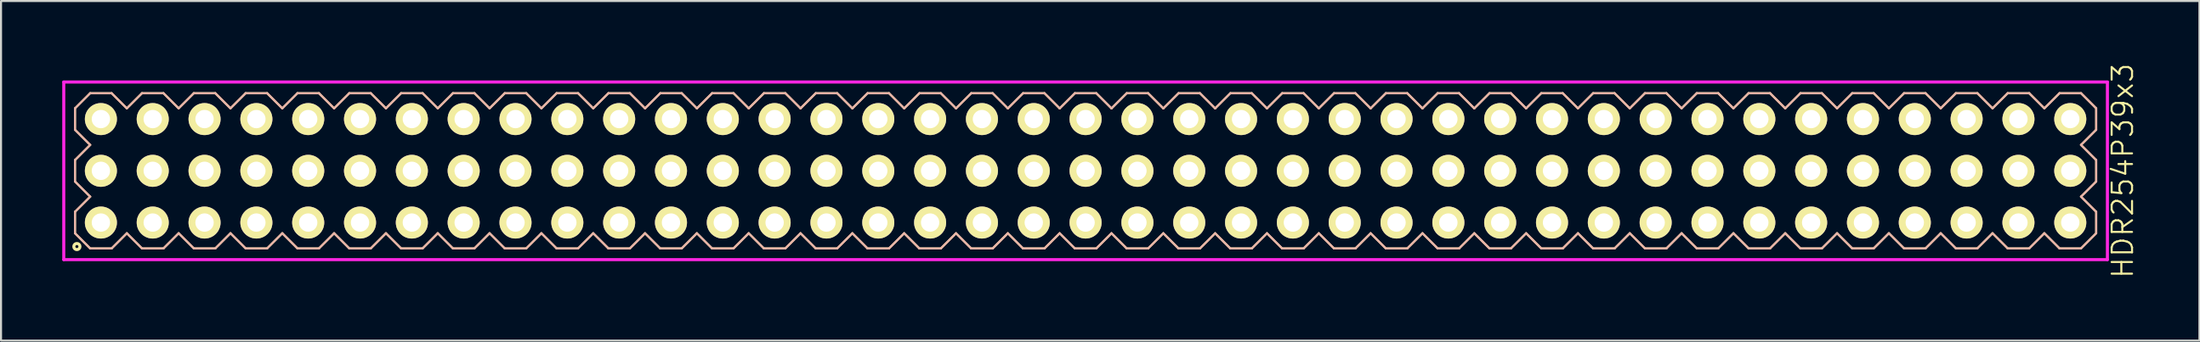
<source format=kicad_pcb>
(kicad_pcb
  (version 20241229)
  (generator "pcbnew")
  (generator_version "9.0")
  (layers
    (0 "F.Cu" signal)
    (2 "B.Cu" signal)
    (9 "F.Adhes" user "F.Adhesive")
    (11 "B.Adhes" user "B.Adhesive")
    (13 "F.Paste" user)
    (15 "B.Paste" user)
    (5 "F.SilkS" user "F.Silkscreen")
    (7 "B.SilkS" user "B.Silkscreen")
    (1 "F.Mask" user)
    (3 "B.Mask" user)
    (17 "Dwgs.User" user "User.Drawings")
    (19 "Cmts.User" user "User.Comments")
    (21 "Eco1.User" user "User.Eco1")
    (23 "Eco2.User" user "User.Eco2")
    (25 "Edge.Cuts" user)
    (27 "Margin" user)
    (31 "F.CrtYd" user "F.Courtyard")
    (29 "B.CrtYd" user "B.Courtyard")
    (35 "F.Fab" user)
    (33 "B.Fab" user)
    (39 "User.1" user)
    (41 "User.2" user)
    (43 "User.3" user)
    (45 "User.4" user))
  (footprint "HDR254P39x3"
    (layer "F.Cu")
    (at 50.155 5.336)
    (property "Reference" "HDR254P39x3" (at 50.83 0 90) (layer "F.SilkS") (effects (font (size 1 1) (thickness 0.1))))
    (attr through_hole)
    (fp_line (start -49.53 -3.066) (end -48.786 -3.81) (stroke (width 0.1) (type solid)) (layer "F.SilkS"))
    (fp_line (start -49.53 -2.014) (end -49.53 -3.066) (stroke (width 0.1) (type solid)) (layer "F.SilkS"))
    (fp_line (start -49.53 -0.526) (end -48.786 -1.27) (stroke (width 0.1) (type solid)) (layer "F.SilkS"))
    (fp_line (start -49.53 0.526) (end -49.53 -0.526) (stroke (width 0.1) (type solid)) (layer "F.SilkS"))
    (fp_line (start -49.53 2.014) (end -48.786 1.27) (stroke (width 0.1) (type solid)) (layer "F.SilkS"))
    (fp_line (start -49.53 3.066) (end -49.53 2.014) (stroke (width 0.1) (type solid)) (layer "F.SilkS"))
    (fp_line (start -48.786 -3.81) (end -47.734 -3.81) (stroke (width 0.1) (type solid)) (layer "F.SilkS"))
    (fp_line (start -48.786 -1.27) (end -49.53 -2.014) (stroke (width 0.1) (type solid)) (layer "F.SilkS"))
    (fp_line (start -48.786 1.27) (end -49.53 0.526) (stroke (width 0.1) (type solid)) (layer "F.SilkS"))
    (fp_line (start -48.786 3.81) (end -49.53 3.066) (stroke (width 0.1) (type solid)) (layer "F.SilkS"))
    (fp_line (start -47.734 -3.81) (end -46.99 -3.066) (stroke (width 0.1) (type solid)) (layer "F.SilkS"))
    (fp_line (start -47.734 3.81) (end -48.786 3.81) (stroke (width 0.1) (type solid)) (layer "F.SilkS"))
    (fp_line (start -46.99 -3.066) (end -46.246 -3.81) (stroke (width 0.1) (type solid)) (layer "F.SilkS"))
    (fp_line (start -46.99 3.066) (end -47.734 3.81) (stroke (width 0.1) (type solid)) (layer "F.SilkS"))
    (fp_line (start -46.246 -3.81) (end -45.194 -3.81) (stroke (width 0.1) (type solid)) (layer "F.SilkS"))
    (fp_line (start -46.246 3.81) (end -46.99 3.066) (stroke (width 0.1) (type solid)) (layer "F.SilkS"))
    (fp_line (start -45.194 -3.81) (end -44.45 -3.066) (stroke (width 0.1) (type solid)) (layer "F.SilkS"))
    (fp_line (start -45.194 3.81) (end -46.246 3.81) (stroke (width 0.1) (type solid)) (layer "F.SilkS"))
    (fp_line (start -44.45 -3.066) (end -43.706 -3.81) (stroke (width 0.1) (type solid)) (layer "F.SilkS"))
    (fp_line (start -44.45 3.066) (end -45.194 3.81) (stroke (width 0.1) (type solid)) (layer "F.SilkS"))
    (fp_line (start -43.706 -3.81) (end -42.654 -3.81) (stroke (width 0.1) (type solid)) (layer "F.SilkS"))
    (fp_line (start -43.706 3.81) (end -44.45 3.066) (stroke (width 0.1) (type solid)) (layer "F.SilkS"))
    (fp_line (start -42.654 -3.81) (end -41.91 -3.066) (stroke (width 0.1) (type solid)) (layer "F.SilkS"))
    (fp_line (start -42.654 3.81) (end -43.706 3.81) (stroke (width 0.1) (type solid)) (layer "F.SilkS"))
    (fp_line (start -41.91 -3.066) (end -41.166 -3.81) (stroke (width 0.1) (type solid)) (layer "F.SilkS"))
    (fp_line (start -41.91 3.066) (end -42.654 3.81) (stroke (width 0.1) (type solid)) (layer "F.SilkS"))
    (fp_line (start -41.166 -3.81) (end -40.114 -3.81) (stroke (width 0.1) (type solid)) (layer "F.SilkS"))
    (fp_line (start -41.166 3.81) (end -41.91 3.066) (stroke (width 0.1) (type solid)) (layer "F.SilkS"))
    (fp_line (start -40.114 -3.81) (end -39.37 -3.066) (stroke (width 0.1) (type solid)) (layer "F.SilkS"))
    (fp_line (start -40.114 3.81) (end -41.166 3.81) (stroke (width 0.1) (type solid)) (layer "F.SilkS"))
    (fp_line (start -39.37 -3.066) (end -38.626 -3.81) (stroke (width 0.1) (type solid)) (layer "F.SilkS"))
    (fp_line (start -39.37 3.066) (end -40.114 3.81) (stroke (width 0.1) (type solid)) (layer "F.SilkS"))
    (fp_line (start -38.626 -3.81) (end -37.574 -3.81) (stroke (width 0.1) (type solid)) (layer "F.SilkS"))
    (fp_line (start -38.626 3.81) (end -39.37 3.066) (stroke (width 0.1) (type solid)) (layer "F.SilkS"))
    (fp_line (start -37.574 -3.81) (end -36.83 -3.066) (stroke (width 0.1) (type solid)) (layer "F.SilkS"))
    (fp_line (start -37.574 3.81) (end -38.626 3.81) (stroke (width 0.1) (type solid)) (layer "F.SilkS"))
    (fp_line (start -36.83 -3.066) (end -36.086 -3.81) (stroke (width 0.1) (type solid)) (layer "F.SilkS"))
    (fp_line (start -36.83 3.066) (end -37.574 3.81) (stroke (width 0.1) (type solid)) (layer "F.SilkS"))
    (fp_line (start -36.086 -3.81) (end -35.034 -3.81) (stroke (width 0.1) (type solid)) (layer "F.SilkS"))
    (fp_line (start -36.086 3.81) (end -36.83 3.066) (stroke (width 0.1) (type solid)) (layer "F.SilkS"))
    (fp_line (start -35.034 -3.81) (end -34.29 -3.066) (stroke (width 0.1) (type solid)) (layer "F.SilkS"))
    (fp_line (start -35.034 3.81) (end -36.086 3.81) (stroke (width 0.1) (type solid)) (layer "F.SilkS"))
    (fp_line (start -34.29 -3.066) (end -33.546 -3.81) (stroke (width 0.1) (type solid)) (layer "F.SilkS"))
    (fp_line (start -34.29 3.066) (end -35.034 3.81) (stroke (width 0.1) (type solid)) (layer "F.SilkS"))
    (fp_line (start -33.546 -3.81) (end -32.494 -3.81) (stroke (width 0.1) (type solid)) (layer "F.SilkS"))
    (fp_line (start -33.546 3.81) (end -34.29 3.066) (stroke (width 0.1) (type solid)) (layer "F.SilkS"))
    (fp_line (start -32.494 -3.81) (end -31.75 -3.066) (stroke (width 0.1) (type solid)) (layer "F.SilkS"))
    (fp_line (start -32.494 3.81) (end -33.546 3.81) (stroke (width 0.1) (type solid)) (layer "F.SilkS"))
    (fp_line (start -31.75 -3.066) (end -31.006 -3.81) (stroke (width 0.1) (type solid)) (layer "F.SilkS"))
    (fp_line (start -31.75 3.066) (end -32.494 3.81) (stroke (width 0.1) (type solid)) (layer "F.SilkS"))
    (fp_line (start -31.006 -3.81) (end -29.954 -3.81) (stroke (width 0.1) (type solid)) (layer "F.SilkS"))
    (fp_line (start -31.006 3.81) (end -31.75 3.066) (stroke (width 0.1) (type solid)) (layer "F.SilkS"))
    (fp_line (start -29.954 -3.81) (end -29.21 -3.066) (stroke (width 0.1) (type solid)) (layer "F.SilkS"))
    (fp_line (start -29.954 3.81) (end -31.006 3.81) (stroke (width 0.1) (type solid)) (layer "F.SilkS"))
    (fp_line (start -29.21 -3.066) (end -28.466 -3.81) (stroke (width 0.1) (type solid)) (layer "F.SilkS"))
    (fp_line (start -29.21 3.066) (end -29.954 3.81) (stroke (width 0.1) (type solid)) (layer "F.SilkS"))
    (fp_line (start -28.466 -3.81) (end -27.414 -3.81) (stroke (width 0.1) (type solid)) (layer "F.SilkS"))
    (fp_line (start -28.466 3.81) (end -29.21 3.066) (stroke (width 0.1) (type solid)) (layer "F.SilkS"))
    (fp_line (start -27.414 -3.81) (end -26.67 -3.066) (stroke (width 0.1) (type solid)) (layer "F.SilkS"))
    (fp_line (start -27.414 3.81) (end -28.466 3.81) (stroke (width 0.1) (type solid)) (layer "F.SilkS"))
    (fp_line (start -26.67 -3.066) (end -25.926 -3.81) (stroke (width 0.1) (type solid)) (layer "F.SilkS"))
    (fp_line (start -26.67 3.066) (end -27.414 3.81) (stroke (width 0.1) (type solid)) (layer "F.SilkS"))
    (fp_line (start -25.926 -3.81) (end -24.874 -3.81) (stroke (width 0.1) (type solid)) (layer "F.SilkS"))
    (fp_line (start -25.926 3.81) (end -26.67 3.066) (stroke (width 0.1) (type solid)) (layer "F.SilkS"))
    (fp_line (start -24.874 -3.81) (end -24.13 -3.066) (stroke (width 0.1) (type solid)) (layer "F.SilkS"))
    (fp_line (start -24.874 3.81) (end -25.926 3.81) (stroke (width 0.1) (type solid)) (layer "F.SilkS"))
    (fp_line (start -24.13 -3.066) (end -23.386 -3.81) (stroke (width 0.1) (type solid)) (layer "F.SilkS"))
    (fp_line (start -24.13 3.066) (end -24.874 3.81) (stroke (width 0.1) (type solid)) (layer "F.SilkS"))
    (fp_line (start -23.386 -3.81) (end -22.334 -3.81) (stroke (width 0.1) (type solid)) (layer "F.SilkS"))
    (fp_line (start -23.386 3.81) (end -24.13 3.066) (stroke (width 0.1) (type solid)) (layer "F.SilkS"))
    (fp_line (start -22.334 -3.81) (end -21.59 -3.066) (stroke (width 0.1) (type solid)) (layer "F.SilkS"))
    (fp_line (start -22.334 3.81) (end -23.386 3.81) (stroke (width 0.1) (type solid)) (layer "F.SilkS"))
    (fp_line (start -21.59 -3.066) (end -20.846 -3.81) (stroke (width 0.1) (type solid)) (layer "F.SilkS"))
    (fp_line (start -21.59 3.066) (end -22.334 3.81) (stroke (width 0.1) (type solid)) (layer "F.SilkS"))
    (fp_line (start -20.846 -3.81) (end -19.794 -3.81) (stroke (width 0.1) (type solid)) (layer "F.SilkS"))
    (fp_line (start -20.846 3.81) (end -21.59 3.066) (stroke (width 0.1) (type solid)) (layer "F.SilkS"))
    (fp_line (start -19.794 -3.81) (end -19.05 -3.066) (stroke (width 0.1) (type solid)) (layer "F.SilkS"))
    (fp_line (start -19.794 3.81) (end -20.846 3.81) (stroke (width 0.1) (type solid)) (layer "F.SilkS"))
    (fp_line (start -19.05 -3.066) (end -18.306 -3.81) (stroke (width 0.1) (type solid)) (layer "F.SilkS"))
    (fp_line (start -19.05 3.066) (end -19.794 3.81) (stroke (width 0.1) (type solid)) (layer "F.SilkS"))
    (fp_line (start -18.306 -3.81) (end -17.254 -3.81) (stroke (width 0.1) (type solid)) (layer "F.SilkS"))
    (fp_line (start -18.306 3.81) (end -19.05 3.066) (stroke (width 0.1) (type solid)) (layer "F.SilkS"))
    (fp_line (start -17.254 -3.81) (end -16.51 -3.066) (stroke (width 0.1) (type solid)) (layer "F.SilkS"))
    (fp_line (start -17.254 3.81) (end -18.306 3.81) (stroke (width 0.1) (type solid)) (layer "F.SilkS"))
    (fp_line (start -16.51 -3.066) (end -15.766 -3.81) (stroke (width 0.1) (type solid)) (layer "F.SilkS"))
    (fp_line (start -16.51 3.066) (end -17.254 3.81) (stroke (width 0.1) (type solid)) (layer "F.SilkS"))
    (fp_line (start -15.766 -3.81) (end -14.714 -3.81) (stroke (width 0.1) (type solid)) (layer "F.SilkS"))
    (fp_line (start -15.766 3.81) (end -16.51 3.066) (stroke (width 0.1) (type solid)) (layer "F.SilkS"))
    (fp_line (start -14.714 -3.81) (end -13.97 -3.066) (stroke (width 0.1) (type solid)) (layer "F.SilkS"))
    (fp_line (start -14.714 3.81) (end -15.766 3.81) (stroke (width 0.1) (type solid)) (layer "F.SilkS"))
    (fp_line (start -13.97 -3.066) (end -13.226 -3.81) (stroke (width 0.1) (type solid)) (layer "F.SilkS"))
    (fp_line (start -13.97 3.066) (end -14.714 3.81) (stroke (width 0.1) (type solid)) (layer "F.SilkS"))
    (fp_line (start -13.226 -3.81) (end -12.174 -3.81) (stroke (width 0.1) (type solid)) (layer "F.SilkS"))
    (fp_line (start -13.226 3.81) (end -13.97 3.066) (stroke (width 0.1) (type solid)) (layer "F.SilkS"))
    (fp_line (start -12.174 -3.81) (end -11.43 -3.066) (stroke (width 0.1) (type solid)) (layer "F.SilkS"))
    (fp_line (start -12.174 3.81) (end -13.226 3.81) (stroke (width 0.1) (type solid)) (layer "F.SilkS"))
    (fp_line (start -11.43 -3.066) (end -10.686 -3.81) (stroke (width 0.1) (type solid)) (layer "F.SilkS"))
    (fp_line (start -11.43 3.066) (end -12.174 3.81) (stroke (width 0.1) (type solid)) (layer "F.SilkS"))
    (fp_line (start -10.686 -3.81) (end -9.634 -3.81) (stroke (width 0.1) (type solid)) (layer "F.SilkS"))
    (fp_line (start -10.686 3.81) (end -11.43 3.066) (stroke (width 0.1) (type solid)) (layer "F.SilkS"))
    (fp_line (start -9.634 -3.81) (end -8.89 -3.066) (stroke (width 0.1) (type solid)) (layer "F.SilkS"))
    (fp_line (start -9.634 3.81) (end -10.686 3.81) (stroke (width 0.1) (type solid)) (layer "F.SilkS"))
    (fp_line (start -8.89 -3.066) (end -8.146 -3.81) (stroke (width 0.1) (type solid)) (layer "F.SilkS"))
    (fp_line (start -8.89 3.066) (end -9.634 3.81) (stroke (width 0.1) (type solid)) (layer "F.SilkS"))
    (fp_line (start -8.146 -3.81) (end -7.094 -3.81) (stroke (width 0.1) (type solid)) (layer "F.SilkS"))
    (fp_line (start -8.146 3.81) (end -8.89 3.066) (stroke (width 0.1) (type solid)) (layer "F.SilkS"))
    (fp_line (start -7.094 -3.81) (end -6.35 -3.066) (stroke (width 0.1) (type solid)) (layer "F.SilkS"))
    (fp_line (start -7.094 3.81) (end -8.146 3.81) (stroke (width 0.1) (type solid)) (layer "F.SilkS"))
    (fp_line (start -6.35 -3.066) (end -5.606 -3.81) (stroke (width 0.1) (type solid)) (layer "F.SilkS"))
    (fp_line (start -6.35 3.066) (end -7.094 3.81) (stroke (width 0.1) (type solid)) (layer "F.SilkS"))
    (fp_line (start -5.606 -3.81) (end -4.554 -3.81) (stroke (width 0.1) (type solid)) (layer "F.SilkS"))
    (fp_line (start -5.606 3.81) (end -6.35 3.066) (stroke (width 0.1) (type solid)) (layer "F.SilkS"))
    (fp_line (start -4.554 -3.81) (end -3.81 -3.066) (stroke (width 0.1) (type solid)) (layer "F.SilkS"))
    (fp_line (start -4.554 3.81) (end -5.606 3.81) (stroke (width 0.1) (type solid)) (layer "F.SilkS"))
    (fp_line (start -3.81 -3.066) (end -3.066 -3.81) (stroke (width 0.1) (type solid)) (layer "F.SilkS"))
    (fp_line (start -3.81 3.066) (end -4.554 3.81) (stroke (width 0.1) (type solid)) (layer "F.SilkS"))
    (fp_line (start -3.066 -3.81) (end -2.014 -3.81) (stroke (width 0.1) (type solid)) (layer "F.SilkS"))
    (fp_line (start -3.066 3.81) (end -3.81 3.066) (stroke (width 0.1) (type solid)) (layer "F.SilkS"))
    (fp_line (start -2.014 -3.81) (end -1.27 -3.066) (stroke (width 0.1) (type solid)) (layer "F.SilkS"))
    (fp_line (start -2.014 3.81) (end -3.066 3.81) (stroke (width 0.1) (type solid)) (layer "F.SilkS"))
    (fp_line (start -1.27 -3.066) (end -0.526 -3.81) (stroke (width 0.1) (type solid)) (layer "F.SilkS"))
    (fp_line (start -1.27 3.066) (end -2.014 3.81) (stroke (width 0.1) (type solid)) (layer "F.SilkS"))
    (fp_line (start -0.526 -3.81) (end 0.526 -3.81) (stroke (width 0.1) (type solid)) (layer "F.SilkS"))
    (fp_line (start -0.526 3.81) (end -1.27 3.066) (stroke (width 0.1) (type solid)) (layer "F.SilkS"))
    (fp_line (start 0.526 -3.81) (end 1.27 -3.066) (stroke (width 0.1) (type solid)) (layer "F.SilkS"))
    (fp_line (start 0.526 3.81) (end -0.526 3.81) (stroke (width 0.1) (type solid)) (layer "F.SilkS"))
    (fp_line (start 1.27 -3.066) (end 2.014 -3.81) (stroke (width 0.1) (type solid)) (layer "F.SilkS"))
    (fp_line (start 1.27 3.066) (end 0.526 3.81) (stroke (width 0.1) (type solid)) (layer "F.SilkS"))
    (fp_line (start 2.014 -3.81) (end 3.066 -3.81) (stroke (width 0.1) (type solid)) (layer "F.SilkS"))
    (fp_line (start 2.014 3.81) (end 1.27 3.066) (stroke (width 0.1) (type solid)) (layer "F.SilkS"))
    (fp_line (start 3.066 -3.81) (end 3.81 -3.066) (stroke (width 0.1) (type solid)) (layer "F.SilkS"))
    (fp_line (start 3.066 3.81) (end 2.014 3.81) (stroke (width 0.1) (type solid)) (layer "F.SilkS"))
    (fp_line (start 3.81 -3.066) (end 4.554 -3.81) (stroke (width 0.1) (type solid)) (layer "F.SilkS"))
    (fp_line (start 3.81 3.066) (end 3.066 3.81) (stroke (width 0.1) (type solid)) (layer "F.SilkS"))
    (fp_line (start 4.554 -3.81) (end 5.606 -3.81) (stroke (width 0.1) (type solid)) (layer "F.SilkS"))
    (fp_line (start 4.554 3.81) (end 3.81 3.066) (stroke (width 0.1) (type solid)) (layer "F.SilkS"))
    (fp_line (start 5.606 -3.81) (end 6.35 -3.066) (stroke (width 0.1) (type solid)) (layer "F.SilkS"))
    (fp_line (start 5.606 3.81) (end 4.554 3.81) (stroke (width 0.1) (type solid)) (layer "F.SilkS"))
    (fp_line (start 6.35 -3.066) (end 7.094 -3.81) (stroke (width 0.1) (type solid)) (layer "F.SilkS"))
    (fp_line (start 6.35 3.066) (end 5.606 3.81) (stroke (width 0.1) (type solid)) (layer "F.SilkS"))
    (fp_line (start 7.094 -3.81) (end 8.146 -3.81) (stroke (width 0.1) (type solid)) (layer "F.SilkS"))
    (fp_line (start 7.094 3.81) (end 6.35 3.066) (stroke (width 0.1) (type solid)) (layer "F.SilkS"))
    (fp_line (start 8.146 -3.81) (end 8.89 -3.066) (stroke (width 0.1) (type solid)) (layer "F.SilkS"))
    (fp_line (start 8.146 3.81) (end 7.094 3.81) (stroke (width 0.1) (type solid)) (layer "F.SilkS"))
    (fp_line (start 8.89 -3.066) (end 9.634 -3.81) (stroke (width 0.1) (type solid)) (layer "F.SilkS"))
    (fp_line (start 8.89 3.066) (end 8.146 3.81) (stroke (width 0.1) (type solid)) (layer "F.SilkS"))
    (fp_line (start 9.634 -3.81) (end 10.686 -3.81) (stroke (width 0.1) (type solid)) (layer "F.SilkS"))
    (fp_line (start 9.634 3.81) (end 8.89 3.066) (stroke (width 0.1) (type solid)) (layer "F.SilkS"))
    (fp_line (start 10.686 -3.81) (end 11.43 -3.066) (stroke (width 0.1) (type solid)) (layer "F.SilkS"))
    (fp_line (start 10.686 3.81) (end 9.634 3.81) (stroke (width 0.1) (type solid)) (layer "F.SilkS"))
    (fp_line (start 11.43 -3.066) (end 12.174 -3.81) (stroke (width 0.1) (type solid)) (layer "F.SilkS"))
    (fp_line (start 11.43 3.066) (end 10.686 3.81) (stroke (width 0.1) (type solid)) (layer "F.SilkS"))
    (fp_line (start 12.174 -3.81) (end 13.226 -3.81) (stroke (width 0.1) (type solid)) (layer "F.SilkS"))
    (fp_line (start 12.174 3.81) (end 11.43 3.066) (stroke (width 0.1) (type solid)) (layer "F.SilkS"))
    (fp_line (start 13.226 -3.81) (end 13.97 -3.066) (stroke (width 0.1) (type solid)) (layer "F.SilkS"))
    (fp_line (start 13.226 3.81) (end 12.174 3.81) (stroke (width 0.1) (type solid)) (layer "F.SilkS"))
    (fp_line (start 13.97 -3.066) (end 14.714 -3.81) (stroke (width 0.1) (type solid)) (layer "F.SilkS"))
    (fp_line (start 13.97 3.066) (end 13.226 3.81) (stroke (width 0.1) (type solid)) (layer "F.SilkS"))
    (fp_line (start 14.714 -3.81) (end 15.766 -3.81) (stroke (width 0.1) (type solid)) (layer "F.SilkS"))
    (fp_line (start 14.714 3.81) (end 13.97 3.066) (stroke (width 0.1) (type solid)) (layer "F.SilkS"))
    (fp_line (start 15.766 -3.81) (end 16.51 -3.066) (stroke (width 0.1) (type solid)) (layer "F.SilkS"))
    (fp_line (start 15.766 3.81) (end 14.714 3.81) (stroke (width 0.1) (type solid)) (layer "F.SilkS"))
    (fp_line (start 16.51 -3.066) (end 17.254 -3.81) (stroke (width 0.1) (type solid)) (layer "F.SilkS"))
    (fp_line (start 16.51 3.066) (end 15.766 3.81) (stroke (width 0.1) (type solid)) (layer "F.SilkS"))
    (fp_line (start 17.254 -3.81) (end 18.306 -3.81) (stroke (width 0.1) (type solid)) (layer "F.SilkS"))
    (fp_line (start 17.254 3.81) (end 16.51 3.066) (stroke (width 0.1) (type solid)) (layer "F.SilkS"))
    (fp_line (start 18.306 -3.81) (end 19.05 -3.066) (stroke (width 0.1) (type solid)) (layer "F.SilkS"))
    (fp_line (start 18.306 3.81) (end 17.254 3.81) (stroke (width 0.1) (type solid)) (layer "F.SilkS"))
    (fp_line (start 19.05 -3.066) (end 19.794 -3.81) (stroke (width 0.1) (type solid)) (layer "F.SilkS"))
    (fp_line (start 19.05 3.066) (end 18.306 3.81) (stroke (width 0.1) (type solid)) (layer "F.SilkS"))
    (fp_line (start 19.794 -3.81) (end 20.846 -3.81) (stroke (width 0.1) (type solid)) (layer "F.SilkS"))
    (fp_line (start 19.794 3.81) (end 19.05 3.066) (stroke (width 0.1) (type solid)) (layer "F.SilkS"))
    (fp_line (start 20.846 -3.81) (end 21.59 -3.066) (stroke (width 0.1) (type solid)) (layer "F.SilkS"))
    (fp_line (start 20.846 3.81) (end 19.794 3.81) (stroke (width 0.1) (type solid)) (layer "F.SilkS"))
    (fp_line (start 21.59 -3.066) (end 22.334 -3.81) (stroke (width 0.1) (type solid)) (layer "F.SilkS"))
    (fp_line (start 21.59 3.066) (end 20.846 3.81) (stroke (width 0.1) (type solid)) (layer "F.SilkS"))
    (fp_line (start 22.334 -3.81) (end 23.386 -3.81) (stroke (width 0.1) (type solid)) (layer "F.SilkS"))
    (fp_line (start 22.334 3.81) (end 21.59 3.066) (stroke (width 0.1) (type solid)) (layer "F.SilkS"))
    (fp_line (start 23.386 -3.81) (end 24.13 -3.066) (stroke (width 0.1) (type solid)) (layer "F.SilkS"))
    (fp_line (start 23.386 3.81) (end 22.334 3.81) (stroke (width 0.1) (type solid)) (layer "F.SilkS"))
    (fp_line (start 24.13 -3.066) (end 24.874 -3.81) (stroke (width 0.1) (type solid)) (layer "F.SilkS"))
    (fp_line (start 24.13 3.066) (end 23.386 3.81) (stroke (width 0.1) (type solid)) (layer "F.SilkS"))
    (fp_line (start 24.874 -3.81) (end 25.926 -3.81) (stroke (width 0.1) (type solid)) (layer "F.SilkS"))
    (fp_line (start 24.874 3.81) (end 24.13 3.066) (stroke (width 0.1) (type solid)) (layer "F.SilkS"))
    (fp_line (start 25.926 -3.81) (end 26.67 -3.066) (stroke (width 0.1) (type solid)) (layer "F.SilkS"))
    (fp_line (start 25.926 3.81) (end 24.874 3.81) (stroke (width 0.1) (type solid)) (layer "F.SilkS"))
    (fp_line (start 26.67 -3.066) (end 27.414 -3.81) (stroke (width 0.1) (type solid)) (layer "F.SilkS"))
    (fp_line (start 26.67 3.066) (end 25.926 3.81) (stroke (width 0.1) (type solid)) (layer "F.SilkS"))
    (fp_line (start 27.414 -3.81) (end 28.466 -3.81) (stroke (width 0.1) (type solid)) (layer "F.SilkS"))
    (fp_line (start 27.414 3.81) (end 26.67 3.066) (stroke (width 0.1) (type solid)) (layer "F.SilkS"))
    (fp_line (start 28.466 -3.81) (end 29.21 -3.066) (stroke (width 0.1) (type solid)) (layer "F.SilkS"))
    (fp_line (start 28.466 3.81) (end 27.414 3.81) (stroke (width 0.1) (type solid)) (layer "F.SilkS"))
    (fp_line (start 29.21 -3.066) (end 29.954 -3.81) (stroke (width 0.1) (type solid)) (layer "F.SilkS"))
    (fp_line (start 29.21 3.066) (end 28.466 3.81) (stroke (width 0.1) (type solid)) (layer "F.SilkS"))
    (fp_line (start 29.954 -3.81) (end 31.006 -3.81) (stroke (width 0.1) (type solid)) (layer "F.SilkS"))
    (fp_line (start 29.954 3.81) (end 29.21 3.066) (stroke (width 0.1) (type solid)) (layer "F.SilkS"))
    (fp_line (start 31.006 -3.81) (end 31.75 -3.066) (stroke (width 0.1) (type solid)) (layer "F.SilkS"))
    (fp_line (start 31.006 3.81) (end 29.954 3.81) (stroke (width 0.1) (type solid)) (layer "F.SilkS"))
    (fp_line (start 31.75 -3.066) (end 32.494 -3.81) (stroke (width 0.1) (type solid)) (layer "F.SilkS"))
    (fp_line (start 31.75 3.066) (end 31.006 3.81) (stroke (width 0.1) (type solid)) (layer "F.SilkS"))
    (fp_line (start 32.494 -3.81) (end 33.546 -3.81) (stroke (width 0.1) (type solid)) (layer "F.SilkS"))
    (fp_line (start 32.494 3.81) (end 31.75 3.066) (stroke (width 0.1) (type solid)) (layer "F.SilkS"))
    (fp_line (start 33.546 -3.81) (end 34.29 -3.066) (stroke (width 0.1) (type solid)) (layer "F.SilkS"))
    (fp_line (start 33.546 3.81) (end 32.494 3.81) (stroke (width 0.1) (type solid)) (layer "F.SilkS"))
    (fp_line (start 34.29 -3.066) (end 35.034 -3.81) (stroke (width 0.1) (type solid)) (layer "F.SilkS"))
    (fp_line (start 34.29 3.066) (end 33.546 3.81) (stroke (width 0.1) (type solid)) (layer "F.SilkS"))
    (fp_line (start 35.034 -3.81) (end 36.086 -3.81) (stroke (width 0.1) (type solid)) (layer "F.SilkS"))
    (fp_line (start 35.034 3.81) (end 34.29 3.066) (stroke (width 0.1) (type solid)) (layer "F.SilkS"))
    (fp_line (start 36.086 -3.81) (end 36.83 -3.066) (stroke (width 0.1) (type solid)) (layer "F.SilkS"))
    (fp_line (start 36.086 3.81) (end 35.034 3.81) (stroke (width 0.1) (type solid)) (layer "F.SilkS"))
    (fp_line (start 36.83 -3.066) (end 37.574 -3.81) (stroke (width 0.1) (type solid)) (layer "F.SilkS"))
    (fp_line (start 36.83 3.066) (end 36.086 3.81) (stroke (width 0.1) (type solid)) (layer "F.SilkS"))
    (fp_line (start 37.574 -3.81) (end 38.626 -3.81) (stroke (width 0.1) (type solid)) (layer "F.SilkS"))
    (fp_line (start 37.574 3.81) (end 36.83 3.066) (stroke (width 0.1) (type solid)) (layer "F.SilkS"))
    (fp_line (start 38.626 -3.81) (end 39.37 -3.066) (stroke (width 0.1) (type solid)) (layer "F.SilkS"))
    (fp_line (start 38.626 3.81) (end 37.574 3.81) (stroke (width 0.1) (type solid)) (layer "F.SilkS"))
    (fp_line (start 39.37 -3.066) (end 40.114 -3.81) (stroke (width 0.1) (type solid)) (layer "F.SilkS"))
    (fp_line (start 39.37 3.066) (end 38.626 3.81) (stroke (width 0.1) (type solid)) (layer "F.SilkS"))
    (fp_line (start 40.114 -3.81) (end 41.166 -3.81) (stroke (width 0.1) (type solid)) (layer "F.SilkS"))
    (fp_line (start 40.114 3.81) (end 39.37 3.066) (stroke (width 0.1) (type solid)) (layer "F.SilkS"))
    (fp_line (start 41.166 -3.81) (end 41.91 -3.066) (stroke (width 0.1) (type solid)) (layer "F.SilkS"))
    (fp_line (start 41.166 3.81) (end 40.114 3.81) (stroke (width 0.1) (type solid)) (layer "F.SilkS"))
    (fp_line (start 41.91 -3.066) (end 42.654 -3.81) (stroke (width 0.1) (type solid)) (layer "F.SilkS"))
    (fp_line (start 41.91 3.066) (end 41.166 3.81) (stroke (width 0.1) (type solid)) (layer "F.SilkS"))
    (fp_line (start 42.654 -3.81) (end 43.706 -3.81) (stroke (width 0.1) (type solid)) (layer "F.SilkS"))
    (fp_line (start 42.654 3.81) (end 41.91 3.066) (stroke (width 0.1) (type solid)) (layer "F.SilkS"))
    (fp_line (start 43.706 -3.81) (end 44.45 -3.066) (stroke (width 0.1) (type solid)) (layer "F.SilkS"))
    (fp_line (start 43.706 3.81) (end 42.654 3.81) (stroke (width 0.1) (type solid)) (layer "F.SilkS"))
    (fp_line (start 44.45 -3.066) (end 45.194 -3.81) (stroke (width 0.1) (type solid)) (layer "F.SilkS"))
    (fp_line (start 44.45 3.066) (end 43.706 3.81) (stroke (width 0.1) (type solid)) (layer "F.SilkS"))
    (fp_line (start 45.194 -3.81) (end 46.246 -3.81) (stroke (width 0.1) (type solid)) (layer "F.SilkS"))
    (fp_line (start 45.194 3.81) (end 44.45 3.066) (stroke (width 0.1) (type solid)) (layer "F.SilkS"))
    (fp_line (start 46.246 -3.81) (end 46.99 -3.066) (stroke (width 0.1) (type solid)) (layer "F.SilkS"))
    (fp_line (start 46.246 3.81) (end 45.194 3.81) (stroke (width 0.1) (type solid)) (layer "F.SilkS"))
    (fp_line (start 46.99 -3.066) (end 47.734 -3.81) (stroke (width 0.1) (type solid)) (layer "F.SilkS"))
    (fp_line (start 46.99 3.066) (end 46.246 3.81) (stroke (width 0.1) (type solid)) (layer "F.SilkS"))
    (fp_line (start 47.734 -3.81) (end 48.786 -3.81) (stroke (width 0.1) (type solid)) (layer "F.SilkS"))
    (fp_line (start 47.734 3.81) (end 46.99 3.066) (stroke (width 0.1) (type solid)) (layer "F.SilkS"))
    (fp_line (start 48.786 -3.81) (end 49.53 -3.066) (stroke (width 0.1) (type solid)) (layer "F.SilkS"))
    (fp_line (start 48.786 -1.27) (end 49.53 -0.526) (stroke (width 0.1) (type solid)) (layer "F.SilkS"))
    (fp_line (start 48.786 1.27) (end 49.53 2.014) (stroke (width 0.1) (type solid)) (layer "F.SilkS"))
    (fp_line (start 48.786 3.81) (end 47.734 3.81) (stroke (width 0.1) (type solid)) (layer "F.SilkS"))
    (fp_line (start 49.53 -3.066) (end 49.53 -2.014) (stroke (width 0.1) (type solid)) (layer "F.SilkS"))
    (fp_line (start 49.53 -2.014) (end 48.786 -1.27) (stroke (width 0.1) (type solid)) (layer "F.SilkS"))
    (fp_line (start 49.53 -0.526) (end 49.53 0.526) (stroke (width 0.1) (type solid)) (layer "F.SilkS"))
    (fp_line (start 49.53 0.526) (end 48.786 1.27) (stroke (width 0.1) (type solid)) (layer "F.SilkS"))
    (fp_line (start 49.53 2.014) (end 49.53 3.066) (stroke (width 0.1) (type solid)) (layer "F.SilkS"))
    (fp_line (start 49.53 3.066) (end 48.786 3.81) (stroke (width 0.1) (type solid)) (layer "F.SilkS"))
    (fp_circle (center -49.437 3.718) (end -49.287 3.718) (stroke (width 0.15) (type solid)) (fill no) (layer "F.SilkS"))
    (fp_line (start -49.53 -3.066) (end -48.786 -3.81) (stroke (width 0.1) (type solid)) (layer "B.SilkS"))
    (fp_line (start -49.53 -2.014) (end -49.53 -3.066) (stroke (width 0.1) (type solid)) (layer "B.SilkS"))
    (fp_line (start -49.53 -0.526) (end -48.786 -1.27) (stroke (width 0.1) (type solid)) (layer "B.SilkS"))
    (fp_line (start -49.53 0.526) (end -49.53 -0.526) (stroke (width 0.1) (type solid)) (layer "B.SilkS"))
    (fp_line (start -49.53 2.014) (end -48.786 1.27) (stroke (width 0.1) (type solid)) (layer "B.SilkS"))
    (fp_line (start -49.53 3.066) (end -49.53 2.014) (stroke (width 0.1) (type solid)) (layer "B.SilkS"))
    (fp_line (start -48.786 -3.81) (end -47.734 -3.81) (stroke (width 0.1) (type solid)) (layer "B.SilkS"))
    (fp_line (start -48.786 -1.27) (end -49.53 -2.014) (stroke (width 0.1) (type solid)) (layer "B.SilkS"))
    (fp_line (start -48.786 1.27) (end -49.53 0.526) (stroke (width 0.1) (type solid)) (layer "B.SilkS"))
    (fp_line (start -48.786 3.81) (end -49.53 3.066) (stroke (width 0.1) (type solid)) (layer "B.SilkS"))
    (fp_line (start -47.734 -3.81) (end -46.99 -3.066) (stroke (width 0.1) (type solid)) (layer "B.SilkS"))
    (fp_line (start -47.734 3.81) (end -48.786 3.81) (stroke (width 0.1) (type solid)) (layer "B.SilkS"))
    (fp_line (start -46.99 -3.066) (end -46.246 -3.81) (stroke (width 0.1) (type solid)) (layer "B.SilkS"))
    (fp_line (start -46.99 3.066) (end -47.734 3.81) (stroke (width 0.1) (type solid)) (layer "B.SilkS"))
    (fp_line (start -46.246 -3.81) (end -45.194 -3.81) (stroke (width 0.1) (type solid)) (layer "B.SilkS"))
    (fp_line (start -46.246 3.81) (end -46.99 3.066) (stroke (width 0.1) (type solid)) (layer "B.SilkS"))
    (fp_line (start -45.194 -3.81) (end -44.45 -3.066) (stroke (width 0.1) (type solid)) (layer "B.SilkS"))
    (fp_line (start -45.194 3.81) (end -46.246 3.81) (stroke (width 0.1) (type solid)) (layer "B.SilkS"))
    (fp_line (start -44.45 -3.066) (end -43.706 -3.81) (stroke (width 0.1) (type solid)) (layer "B.SilkS"))
    (fp_line (start -44.45 3.066) (end -45.194 3.81) (stroke (width 0.1) (type solid)) (layer "B.SilkS"))
    (fp_line (start -43.706 -3.81) (end -42.654 -3.81) (stroke (width 0.1) (type solid)) (layer "B.SilkS"))
    (fp_line (start -43.706 3.81) (end -44.45 3.066) (stroke (width 0.1) (type solid)) (layer "B.SilkS"))
    (fp_line (start -42.654 -3.81) (end -41.91 -3.066) (stroke (width 0.1) (type solid)) (layer "B.SilkS"))
    (fp_line (start -42.654 3.81) (end -43.706 3.81) (stroke (width 0.1) (type solid)) (layer "B.SilkS"))
    (fp_line (start -41.91 -3.066) (end -41.166 -3.81) (stroke (width 0.1) (type solid)) (layer "B.SilkS"))
    (fp_line (start -41.91 3.066) (end -42.654 3.81) (stroke (width 0.1) (type solid)) (layer "B.SilkS"))
    (fp_line (start -41.166 -3.81) (end -40.114 -3.81) (stroke (width 0.1) (type solid)) (layer "B.SilkS"))
    (fp_line (start -41.166 3.81) (end -41.91 3.066) (stroke (width 0.1) (type solid)) (layer "B.SilkS"))
    (fp_line (start -40.114 -3.81) (end -39.37 -3.066) (stroke (width 0.1) (type solid)) (layer "B.SilkS"))
    (fp_line (start -40.114 3.81) (end -41.166 3.81) (stroke (width 0.1) (type solid)) (layer "B.SilkS"))
    (fp_line (start -39.37 -3.066) (end -38.626 -3.81) (stroke (width 0.1) (type solid)) (layer "B.SilkS"))
    (fp_line (start -39.37 3.066) (end -40.114 3.81) (stroke (width 0.1) (type solid)) (layer "B.SilkS"))
    (fp_line (start -38.626 -3.81) (end -37.574 -3.81) (stroke (width 0.1) (type solid)) (layer "B.SilkS"))
    (fp_line (start -38.626 3.81) (end -39.37 3.066) (stroke (width 0.1) (type solid)) (layer "B.SilkS"))
    (fp_line (start -37.574 -3.81) (end -36.83 -3.066) (stroke (width 0.1) (type solid)) (layer "B.SilkS"))
    (fp_line (start -37.574 3.81) (end -38.626 3.81) (stroke (width 0.1) (type solid)) (layer "B.SilkS"))
    (fp_line (start -36.83 -3.066) (end -36.086 -3.81) (stroke (width 0.1) (type solid)) (layer "B.SilkS"))
    (fp_line (start -36.83 3.066) (end -37.574 3.81) (stroke (width 0.1) (type solid)) (layer "B.SilkS"))
    (fp_line (start -36.086 -3.81) (end -35.034 -3.81) (stroke (width 0.1) (type solid)) (layer "B.SilkS"))
    (fp_line (start -36.086 3.81) (end -36.83 3.066) (stroke (width 0.1) (type solid)) (layer "B.SilkS"))
    (fp_line (start -35.034 -3.81) (end -34.29 -3.066) (stroke (width 0.1) (type solid)) (layer "B.SilkS"))
    (fp_line (start -35.034 3.81) (end -36.086 3.81) (stroke (width 0.1) (type solid)) (layer "B.SilkS"))
    (fp_line (start -34.29 -3.066) (end -33.546 -3.81) (stroke (width 0.1) (type solid)) (layer "B.SilkS"))
    (fp_line (start -34.29 3.066) (end -35.034 3.81) (stroke (width 0.1) (type solid)) (layer "B.SilkS"))
    (fp_line (start -33.546 -3.81) (end -32.494 -3.81) (stroke (width 0.1) (type solid)) (layer "B.SilkS"))
    (fp_line (start -33.546 3.81) (end -34.29 3.066) (stroke (width 0.1) (type solid)) (layer "B.SilkS"))
    (fp_line (start -32.494 -3.81) (end -31.75 -3.066) (stroke (width 0.1) (type solid)) (layer "B.SilkS"))
    (fp_line (start -32.494 3.81) (end -33.546 3.81) (stroke (width 0.1) (type solid)) (layer "B.SilkS"))
    (fp_line (start -31.75 -3.066) (end -31.006 -3.81) (stroke (width 0.1) (type solid)) (layer "B.SilkS"))
    (fp_line (start -31.75 3.066) (end -32.494 3.81) (stroke (width 0.1) (type solid)) (layer "B.SilkS"))
    (fp_line (start -31.006 -3.81) (end -29.954 -3.81) (stroke (width 0.1) (type solid)) (layer "B.SilkS"))
    (fp_line (start -31.006 3.81) (end -31.75 3.066) (stroke (width 0.1) (type solid)) (layer "B.SilkS"))
    (fp_line (start -29.954 -3.81) (end -29.21 -3.066) (stroke (width 0.1) (type solid)) (layer "B.SilkS"))
    (fp_line (start -29.954 3.81) (end -31.006 3.81) (stroke (width 0.1) (type solid)) (layer "B.SilkS"))
    (fp_line (start -29.21 -3.066) (end -28.466 -3.81) (stroke (width 0.1) (type solid)) (layer "B.SilkS"))
    (fp_line (start -29.21 3.066) (end -29.954 3.81) (stroke (width 0.1) (type solid)) (layer "B.SilkS"))
    (fp_line (start -28.466 -3.81) (end -27.414 -3.81) (stroke (width 0.1) (type solid)) (layer "B.SilkS"))
    (fp_line (start -28.466 3.81) (end -29.21 3.066) (stroke (width 0.1) (type solid)) (layer "B.SilkS"))
    (fp_line (start -27.414 -3.81) (end -26.67 -3.066) (stroke (width 0.1) (type solid)) (layer "B.SilkS"))
    (fp_line (start -27.414 3.81) (end -28.466 3.81) (stroke (width 0.1) (type solid)) (layer "B.SilkS"))
    (fp_line (start -26.67 -3.066) (end -25.926 -3.81) (stroke (width 0.1) (type solid)) (layer "B.SilkS"))
    (fp_line (start -26.67 3.066) (end -27.414 3.81) (stroke (width 0.1) (type solid)) (layer "B.SilkS"))
    (fp_line (start -25.926 -3.81) (end -24.874 -3.81) (stroke (width 0.1) (type solid)) (layer "B.SilkS"))
    (fp_line (start -25.926 3.81) (end -26.67 3.066) (stroke (width 0.1) (type solid)) (layer "B.SilkS"))
    (fp_line (start -24.874 -3.81) (end -24.13 -3.066) (stroke (width 0.1) (type solid)) (layer "B.SilkS"))
    (fp_line (start -24.874 3.81) (end -25.926 3.81) (stroke (width 0.1) (type solid)) (layer "B.SilkS"))
    (fp_line (start -24.13 -3.066) (end -23.386 -3.81) (stroke (width 0.1) (type solid)) (layer "B.SilkS"))
    (fp_line (start -24.13 3.066) (end -24.874 3.81) (stroke (width 0.1) (type solid)) (layer "B.SilkS"))
    (fp_line (start -23.386 -3.81) (end -22.334 -3.81) (stroke (width 0.1) (type solid)) (layer "B.SilkS"))
    (fp_line (start -23.386 3.81) (end -24.13 3.066) (stroke (width 0.1) (type solid)) (layer "B.SilkS"))
    (fp_line (start -22.334 -3.81) (end -21.59 -3.066) (stroke (width 0.1) (type solid)) (layer "B.SilkS"))
    (fp_line (start -22.334 3.81) (end -23.386 3.81) (stroke (width 0.1) (type solid)) (layer "B.SilkS"))
    (fp_line (start -21.59 -3.066) (end -20.846 -3.81) (stroke (width 0.1) (type solid)) (layer "B.SilkS"))
    (fp_line (start -21.59 3.066) (end -22.334 3.81) (stroke (width 0.1) (type solid)) (layer "B.SilkS"))
    (fp_line (start -20.846 -3.81) (end -19.794 -3.81) (stroke (width 0.1) (type solid)) (layer "B.SilkS"))
    (fp_line (start -20.846 3.81) (end -21.59 3.066) (stroke (width 0.1) (type solid)) (layer "B.SilkS"))
    (fp_line (start -19.794 -3.81) (end -19.05 -3.066) (stroke (width 0.1) (type solid)) (layer "B.SilkS"))
    (fp_line (start -19.794 3.81) (end -20.846 3.81) (stroke (width 0.1) (type solid)) (layer "B.SilkS"))
    (fp_line (start -19.05 -3.066) (end -18.306 -3.81) (stroke (width 0.1) (type solid)) (layer "B.SilkS"))
    (fp_line (start -19.05 3.066) (end -19.794 3.81) (stroke (width 0.1) (type solid)) (layer "B.SilkS"))
    (fp_line (start -18.306 -3.81) (end -17.254 -3.81) (stroke (width 0.1) (type solid)) (layer "B.SilkS"))
    (fp_line (start -18.306 3.81) (end -19.05 3.066) (stroke (width 0.1) (type solid)) (layer "B.SilkS"))
    (fp_line (start -17.254 -3.81) (end -16.51 -3.066) (stroke (width 0.1) (type solid)) (layer "B.SilkS"))
    (fp_line (start -17.254 3.81) (end -18.306 3.81) (stroke (width 0.1) (type solid)) (layer "B.SilkS"))
    (fp_line (start -16.51 -3.066) (end -15.766 -3.81) (stroke (width 0.1) (type solid)) (layer "B.SilkS"))
    (fp_line (start -16.51 3.066) (end -17.254 3.81) (stroke (width 0.1) (type solid)) (layer "B.SilkS"))
    (fp_line (start -15.766 -3.81) (end -14.714 -3.81) (stroke (width 0.1) (type solid)) (layer "B.SilkS"))
    (fp_line (start -15.766 3.81) (end -16.51 3.066) (stroke (width 0.1) (type solid)) (layer "B.SilkS"))
    (fp_line (start -14.714 -3.81) (end -13.97 -3.066) (stroke (width 0.1) (type solid)) (layer "B.SilkS"))
    (fp_line (start -14.714 3.81) (end -15.766 3.81) (stroke (width 0.1) (type solid)) (layer "B.SilkS"))
    (fp_line (start -13.97 -3.066) (end -13.226 -3.81) (stroke (width 0.1) (type solid)) (layer "B.SilkS"))
    (fp_line (start -13.97 3.066) (end -14.714 3.81) (stroke (width 0.1) (type solid)) (layer "B.SilkS"))
    (fp_line (start -13.226 -3.81) (end -12.174 -3.81) (stroke (width 0.1) (type solid)) (layer "B.SilkS"))
    (fp_line (start -13.226 3.81) (end -13.97 3.066) (stroke (width 0.1) (type solid)) (layer "B.SilkS"))
    (fp_line (start -12.174 -3.81) (end -11.43 -3.066) (stroke (width 0.1) (type solid)) (layer "B.SilkS"))
    (fp_line (start -12.174 3.81) (end -13.226 3.81) (stroke (width 0.1) (type solid)) (layer "B.SilkS"))
    (fp_line (start -11.43 -3.066) (end -10.686 -3.81) (stroke (width 0.1) (type solid)) (layer "B.SilkS"))
    (fp_line (start -11.43 3.066) (end -12.174 3.81) (stroke (width 0.1) (type solid)) (layer "B.SilkS"))
    (fp_line (start -10.686 -3.81) (end -9.634 -3.81) (stroke (width 0.1) (type solid)) (layer "B.SilkS"))
    (fp_line (start -10.686 3.81) (end -11.43 3.066) (stroke (width 0.1) (type solid)) (layer "B.SilkS"))
    (fp_line (start -9.634 -3.81) (end -8.89 -3.066) (stroke (width 0.1) (type solid)) (layer "B.SilkS"))
    (fp_line (start -9.634 3.81) (end -10.686 3.81) (stroke (width 0.1) (type solid)) (layer "B.SilkS"))
    (fp_line (start -8.89 -3.066) (end -8.146 -3.81) (stroke (width 0.1) (type solid)) (layer "B.SilkS"))
    (fp_line (start -8.89 3.066) (end -9.634 3.81) (stroke (width 0.1) (type solid)) (layer "B.SilkS"))
    (fp_line (start -8.146 -3.81) (end -7.094 -3.81) (stroke (width 0.1) (type solid)) (layer "B.SilkS"))
    (fp_line (start -8.146 3.81) (end -8.89 3.066) (stroke (width 0.1) (type solid)) (layer "B.SilkS"))
    (fp_line (start -7.094 -3.81) (end -6.35 -3.066) (stroke (width 0.1) (type solid)) (layer "B.SilkS"))
    (fp_line (start -7.094 3.81) (end -8.146 3.81) (stroke (width 0.1) (type solid)) (layer "B.SilkS"))
    (fp_line (start -6.35 -3.066) (end -5.606 -3.81) (stroke (width 0.1) (type solid)) (layer "B.SilkS"))
    (fp_line (start -6.35 3.066) (end -7.094 3.81) (stroke (width 0.1) (type solid)) (layer "B.SilkS"))
    (fp_line (start -5.606 -3.81) (end -4.554 -3.81) (stroke (width 0.1) (type solid)) (layer "B.SilkS"))
    (fp_line (start -5.606 3.81) (end -6.35 3.066) (stroke (width 0.1) (type solid)) (layer "B.SilkS"))
    (fp_line (start -4.554 -3.81) (end -3.81 -3.066) (stroke (width 0.1) (type solid)) (layer "B.SilkS"))
    (fp_line (start -4.554 3.81) (end -5.606 3.81) (stroke (width 0.1) (type solid)) (layer "B.SilkS"))
    (fp_line (start -3.81 -3.066) (end -3.066 -3.81) (stroke (width 0.1) (type solid)) (layer "B.SilkS"))
    (fp_line (start -3.81 3.066) (end -4.554 3.81) (stroke (width 0.1) (type solid)) (layer "B.SilkS"))
    (fp_line (start -3.066 -3.81) (end -2.014 -3.81) (stroke (width 0.1) (type solid)) (layer "B.SilkS"))
    (fp_line (start -3.066 3.81) (end -3.81 3.066) (stroke (width 0.1) (type solid)) (layer "B.SilkS"))
    (fp_line (start -2.014 -3.81) (end -1.27 -3.066) (stroke (width 0.1) (type solid)) (layer "B.SilkS"))
    (fp_line (start -2.014 3.81) (end -3.066 3.81) (stroke (width 0.1) (type solid)) (layer "B.SilkS"))
    (fp_line (start -1.27 -3.066) (end -0.526 -3.81) (stroke (width 0.1) (type solid)) (layer "B.SilkS"))
    (fp_line (start -1.27 3.066) (end -2.014 3.81) (stroke (width 0.1) (type solid)) (layer "B.SilkS"))
    (fp_line (start -0.526 -3.81) (end 0.526 -3.81) (stroke (width 0.1) (type solid)) (layer "B.SilkS"))
    (fp_line (start -0.526 3.81) (end -1.27 3.066) (stroke (width 0.1) (type solid)) (layer "B.SilkS"))
    (fp_line (start 0.526 -3.81) (end 1.27 -3.066) (stroke (width 0.1) (type solid)) (layer "B.SilkS"))
    (fp_line (start 0.526 3.81) (end -0.526 3.81) (stroke (width 0.1) (type solid)) (layer "B.SilkS"))
    (fp_line (start 1.27 -3.066) (end 2.014 -3.81) (stroke (width 0.1) (type solid)) (layer "B.SilkS"))
    (fp_line (start 1.27 3.066) (end 0.526 3.81) (stroke (width 0.1) (type solid)) (layer "B.SilkS"))
    (fp_line (start 2.014 -3.81) (end 3.066 -3.81) (stroke (width 0.1) (type solid)) (layer "B.SilkS"))
    (fp_line (start 2.014 3.81) (end 1.27 3.066) (stroke (width 0.1) (type solid)) (layer "B.SilkS"))
    (fp_line (start 3.066 -3.81) (end 3.81 -3.066) (stroke (width 0.1) (type solid)) (layer "B.SilkS"))
    (fp_line (start 3.066 3.81) (end 2.014 3.81) (stroke (width 0.1) (type solid)) (layer "B.SilkS"))
    (fp_line (start 3.81 -3.066) (end 4.554 -3.81) (stroke (width 0.1) (type solid)) (layer "B.SilkS"))
    (fp_line (start 3.81 3.066) (end 3.066 3.81) (stroke (width 0.1) (type solid)) (layer "B.SilkS"))
    (fp_line (start 4.554 -3.81) (end 5.606 -3.81) (stroke (width 0.1) (type solid)) (layer "B.SilkS"))
    (fp_line (start 4.554 3.81) (end 3.81 3.066) (stroke (width 0.1) (type solid)) (layer "B.SilkS"))
    (fp_line (start 5.606 -3.81) (end 6.35 -3.066) (stroke (width 0.1) (type solid)) (layer "B.SilkS"))
    (fp_line (start 5.606 3.81) (end 4.554 3.81) (stroke (width 0.1) (type solid)) (layer "B.SilkS"))
    (fp_line (start 6.35 -3.066) (end 7.094 -3.81) (stroke (width 0.1) (type solid)) (layer "B.SilkS"))
    (fp_line (start 6.35 3.066) (end 5.606 3.81) (stroke (width 0.1) (type solid)) (layer "B.SilkS"))
    (fp_line (start 7.094 -3.81) (end 8.146 -3.81) (stroke (width 0.1) (type solid)) (layer "B.SilkS"))
    (fp_line (start 7.094 3.81) (end 6.35 3.066) (stroke (width 0.1) (type solid)) (layer "B.SilkS"))
    (fp_line (start 8.146 -3.81) (end 8.89 -3.066) (stroke (width 0.1) (type solid)) (layer "B.SilkS"))
    (fp_line (start 8.146 3.81) (end 7.094 3.81) (stroke (width 0.1) (type solid)) (layer "B.SilkS"))
    (fp_line (start 8.89 -3.066) (end 9.634 -3.81) (stroke (width 0.1) (type solid)) (layer "B.SilkS"))
    (fp_line (start 8.89 3.066) (end 8.146 3.81) (stroke (width 0.1) (type solid)) (layer "B.SilkS"))
    (fp_line (start 9.634 -3.81) (end 10.686 -3.81) (stroke (width 0.1) (type solid)) (layer "B.SilkS"))
    (fp_line (start 9.634 3.81) (end 8.89 3.066) (stroke (width 0.1) (type solid)) (layer "B.SilkS"))
    (fp_line (start 10.686 -3.81) (end 11.43 -3.066) (stroke (width 0.1) (type solid)) (layer "B.SilkS"))
    (fp_line (start 10.686 3.81) (end 9.634 3.81) (stroke (width 0.1) (type solid)) (layer "B.SilkS"))
    (fp_line (start 11.43 -3.066) (end 12.174 -3.81) (stroke (width 0.1) (type solid)) (layer "B.SilkS"))
    (fp_line (start 11.43 3.066) (end 10.686 3.81) (stroke (width 0.1) (type solid)) (layer "B.SilkS"))
    (fp_line (start 12.174 -3.81) (end 13.226 -3.81) (stroke (width 0.1) (type solid)) (layer "B.SilkS"))
    (fp_line (start 12.174 3.81) (end 11.43 3.066) (stroke (width 0.1) (type solid)) (layer "B.SilkS"))
    (fp_line (start 13.226 -3.81) (end 13.97 -3.066) (stroke (width 0.1) (type solid)) (layer "B.SilkS"))
    (fp_line (start 13.226 3.81) (end 12.174 3.81) (stroke (width 0.1) (type solid)) (layer "B.SilkS"))
    (fp_line (start 13.97 -3.066) (end 14.714 -3.81) (stroke (width 0.1) (type solid)) (layer "B.SilkS"))
    (fp_line (start 13.97 3.066) (end 13.226 3.81) (stroke (width 0.1) (type solid)) (layer "B.SilkS"))
    (fp_line (start 14.714 -3.81) (end 15.766 -3.81) (stroke (width 0.1) (type solid)) (layer "B.SilkS"))
    (fp_line (start 14.714 3.81) (end 13.97 3.066) (stroke (width 0.1) (type solid)) (layer "B.SilkS"))
    (fp_line (start 15.766 -3.81) (end 16.51 -3.066) (stroke (width 0.1) (type solid)) (layer "B.SilkS"))
    (fp_line (start 15.766 3.81) (end 14.714 3.81) (stroke (width 0.1) (type solid)) (layer "B.SilkS"))
    (fp_line (start 16.51 -3.066) (end 17.254 -3.81) (stroke (width 0.1) (type solid)) (layer "B.SilkS"))
    (fp_line (start 16.51 3.066) (end 15.766 3.81) (stroke (width 0.1) (type solid)) (layer "B.SilkS"))
    (fp_line (start 17.254 -3.81) (end 18.306 -3.81) (stroke (width 0.1) (type solid)) (layer "B.SilkS"))
    (fp_line (start 17.254 3.81) (end 16.51 3.066) (stroke (width 0.1) (type solid)) (layer "B.SilkS"))
    (fp_line (start 18.306 -3.81) (end 19.05 -3.066) (stroke (width 0.1) (type solid)) (layer "B.SilkS"))
    (fp_line (start 18.306 3.81) (end 17.254 3.81) (stroke (width 0.1) (type solid)) (layer "B.SilkS"))
    (fp_line (start 19.05 -3.066) (end 19.794 -3.81) (stroke (width 0.1) (type solid)) (layer "B.SilkS"))
    (fp_line (start 19.05 3.066) (end 18.306 3.81) (stroke (width 0.1) (type solid)) (layer "B.SilkS"))
    (fp_line (start 19.794 -3.81) (end 20.846 -3.81) (stroke (width 0.1) (type solid)) (layer "B.SilkS"))
    (fp_line (start 19.794 3.81) (end 19.05 3.066) (stroke (width 0.1) (type solid)) (layer "B.SilkS"))
    (fp_line (start 20.846 -3.81) (end 21.59 -3.066) (stroke (width 0.1) (type solid)) (layer "B.SilkS"))
    (fp_line (start 20.846 3.81) (end 19.794 3.81) (stroke (width 0.1) (type solid)) (layer "B.SilkS"))
    (fp_line (start 21.59 -3.066) (end 22.334 -3.81) (stroke (width 0.1) (type solid)) (layer "B.SilkS"))
    (fp_line (start 21.59 3.066) (end 20.846 3.81) (stroke (width 0.1) (type solid)) (layer "B.SilkS"))
    (fp_line (start 22.334 -3.81) (end 23.386 -3.81) (stroke (width 0.1) (type solid)) (layer "B.SilkS"))
    (fp_line (start 22.334 3.81) (end 21.59 3.066) (stroke (width 0.1) (type solid)) (layer "B.SilkS"))
    (fp_line (start 23.386 -3.81) (end 24.13 -3.066) (stroke (width 0.1) (type solid)) (layer "B.SilkS"))
    (fp_line (start 23.386 3.81) (end 22.334 3.81) (stroke (width 0.1) (type solid)) (layer "B.SilkS"))
    (fp_line (start 24.13 -3.066) (end 24.874 -3.81) (stroke (width 0.1) (type solid)) (layer "B.SilkS"))
    (fp_line (start 24.13 3.066) (end 23.386 3.81) (stroke (width 0.1) (type solid)) (layer "B.SilkS"))
    (fp_line (start 24.874 -3.81) (end 25.926 -3.81) (stroke (width 0.1) (type solid)) (layer "B.SilkS"))
    (fp_line (start 24.874 3.81) (end 24.13 3.066) (stroke (width 0.1) (type solid)) (layer "B.SilkS"))
    (fp_line (start 25.926 -3.81) (end 26.67 -3.066) (stroke (width 0.1) (type solid)) (layer "B.SilkS"))
    (fp_line (start 25.926 3.81) (end 24.874 3.81) (stroke (width 0.1) (type solid)) (layer "B.SilkS"))
    (fp_line (start 26.67 -3.066) (end 27.414 -3.81) (stroke (width 0.1) (type solid)) (layer "B.SilkS"))
    (fp_line (start 26.67 3.066) (end 25.926 3.81) (stroke (width 0.1) (type solid)) (layer "B.SilkS"))
    (fp_line (start 27.414 -3.81) (end 28.466 -3.81) (stroke (width 0.1) (type solid)) (layer "B.SilkS"))
    (fp_line (start 27.414 3.81) (end 26.67 3.066) (stroke (width 0.1) (type solid)) (layer "B.SilkS"))
    (fp_line (start 28.466 -3.81) (end 29.21 -3.066) (stroke (width 0.1) (type solid)) (layer "B.SilkS"))
    (fp_line (start 28.466 3.81) (end 27.414 3.81) (stroke (width 0.1) (type solid)) (layer "B.SilkS"))
    (fp_line (start 29.21 -3.066) (end 29.954 -3.81) (stroke (width 0.1) (type solid)) (layer "B.SilkS"))
    (fp_line (start 29.21 3.066) (end 28.466 3.81) (stroke (width 0.1) (type solid)) (layer "B.SilkS"))
    (fp_line (start 29.954 -3.81) (end 31.006 -3.81) (stroke (width 0.1) (type solid)) (layer "B.SilkS"))
    (fp_line (start 29.954 3.81) (end 29.21 3.066) (stroke (width 0.1) (type solid)) (layer "B.SilkS"))
    (fp_line (start 31.006 -3.81) (end 31.75 -3.066) (stroke (width 0.1) (type solid)) (layer "B.SilkS"))
    (fp_line (start 31.006 3.81) (end 29.954 3.81) (stroke (width 0.1) (type solid)) (layer "B.SilkS"))
    (fp_line (start 31.75 -3.066) (end 32.494 -3.81) (stroke (width 0.1) (type solid)) (layer "B.SilkS"))
    (fp_line (start 31.75 3.066) (end 31.006 3.81) (stroke (width 0.1) (type solid)) (layer "B.SilkS"))
    (fp_line (start 32.494 -3.81) (end 33.546 -3.81) (stroke (width 0.1) (type solid)) (layer "B.SilkS"))
    (fp_line (start 32.494 3.81) (end 31.75 3.066) (stroke (width 0.1) (type solid)) (layer "B.SilkS"))
    (fp_line (start 33.546 -3.81) (end 34.29 -3.066) (stroke (width 0.1) (type solid)) (layer "B.SilkS"))
    (fp_line (start 33.546 3.81) (end 32.494 3.81) (stroke (width 0.1) (type solid)) (layer "B.SilkS"))
    (fp_line (start 34.29 -3.066) (end 35.034 -3.81) (stroke (width 0.1) (type solid)) (layer "B.SilkS"))
    (fp_line (start 34.29 3.066) (end 33.546 3.81) (stroke (width 0.1) (type solid)) (layer "B.SilkS"))
    (fp_line (start 35.034 -3.81) (end 36.086 -3.81) (stroke (width 0.1) (type solid)) (layer "B.SilkS"))
    (fp_line (start 35.034 3.81) (end 34.29 3.066) (stroke (width 0.1) (type solid)) (layer "B.SilkS"))
    (fp_line (start 36.086 -3.81) (end 36.83 -3.066) (stroke (width 0.1) (type solid)) (layer "B.SilkS"))
    (fp_line (start 36.086 3.81) (end 35.034 3.81) (stroke (width 0.1) (type solid)) (layer "B.SilkS"))
    (fp_line (start 36.83 -3.066) (end 37.574 -3.81) (stroke (width 0.1) (type solid)) (layer "B.SilkS"))
    (fp_line (start 36.83 3.066) (end 36.086 3.81) (stroke (width 0.1) (type solid)) (layer "B.SilkS"))
    (fp_line (start 37.574 -3.81) (end 38.626 -3.81) (stroke (width 0.1) (type solid)) (layer "B.SilkS"))
    (fp_line (start 37.574 3.81) (end 36.83 3.066) (stroke (width 0.1) (type solid)) (layer "B.SilkS"))
    (fp_line (start 38.626 -3.81) (end 39.37 -3.066) (stroke (width 0.1) (type solid)) (layer "B.SilkS"))
    (fp_line (start 38.626 3.81) (end 37.574 3.81) (stroke (width 0.1) (type solid)) (layer "B.SilkS"))
    (fp_line (start 39.37 -3.066) (end 40.114 -3.81) (stroke (width 0.1) (type solid)) (layer "B.SilkS"))
    (fp_line (start 39.37 3.066) (end 38.626 3.81) (stroke (width 0.1) (type solid)) (layer "B.SilkS"))
    (fp_line (start 40.114 -3.81) (end 41.166 -3.81) (stroke (width 0.1) (type solid)) (layer "B.SilkS"))
    (fp_line (start 40.114 3.81) (end 39.37 3.066) (stroke (width 0.1) (type solid)) (layer "B.SilkS"))
    (fp_line (start 41.166 -3.81) (end 41.91 -3.066) (stroke (width 0.1) (type solid)) (layer "B.SilkS"))
    (fp_line (start 41.166 3.81) (end 40.114 3.81) (stroke (width 0.1) (type solid)) (layer "B.SilkS"))
    (fp_line (start 41.91 -3.066) (end 42.654 -3.81) (stroke (width 0.1) (type solid)) (layer "B.SilkS"))
    (fp_line (start 41.91 3.066) (end 41.166 3.81) (stroke (width 0.1) (type solid)) (layer "B.SilkS"))
    (fp_line (start 42.654 -3.81) (end 43.706 -3.81) (stroke (width 0.1) (type solid)) (layer "B.SilkS"))
    (fp_line (start 42.654 3.81) (end 41.91 3.066) (stroke (width 0.1) (type solid)) (layer "B.SilkS"))
    (fp_line (start 43.706 -3.81) (end 44.45 -3.066) (stroke (width 0.1) (type solid)) (layer "B.SilkS"))
    (fp_line (start 43.706 3.81) (end 42.654 3.81) (stroke (width 0.1) (type solid)) (layer "B.SilkS"))
    (fp_line (start 44.45 -3.066) (end 45.194 -3.81) (stroke (width 0.1) (type solid)) (layer "B.SilkS"))
    (fp_line (start 44.45 3.066) (end 43.706 3.81) (stroke (width 0.1) (type solid)) (layer "B.SilkS"))
    (fp_line (start 45.194 -3.81) (end 46.246 -3.81) (stroke (width 0.1) (type solid)) (layer "B.SilkS"))
    (fp_line (start 45.194 3.81) (end 44.45 3.066) (stroke (width 0.1) (type solid)) (layer "B.SilkS"))
    (fp_line (start 46.246 -3.81) (end 46.99 -3.066) (stroke (width 0.1) (type solid)) (layer "B.SilkS"))
    (fp_line (start 46.246 3.81) (end 45.194 3.81) (stroke (width 0.1) (type solid)) (layer "B.SilkS"))
    (fp_line (start 46.99 -3.066) (end 47.734 -3.81) (stroke (width 0.1) (type solid)) (layer "B.SilkS"))
    (fp_line (start 46.99 3.066) (end 46.246 3.81) (stroke (width 0.1) (type solid)) (layer "B.SilkS"))
    (fp_line (start 47.734 -3.81) (end 48.786 -3.81) (stroke (width 0.1) (type solid)) (layer "B.SilkS"))
    (fp_line (start 47.734 3.81) (end 46.99 3.066) (stroke (width 0.1) (type solid)) (layer "B.SilkS"))
    (fp_line (start 48.786 -3.81) (end 49.53 -3.066) (stroke (width 0.1) (type solid)) (layer "B.SilkS"))
    (fp_line (start 48.786 -1.27) (end 49.53 -0.526) (stroke (width 0.1) (type solid)) (layer "B.SilkS"))
    (fp_line (start 48.786 1.27) (end 49.53 2.014) (stroke (width 0.1) (type solid)) (layer "B.SilkS"))
    (fp_line (start 48.786 3.81) (end 47.734 3.81) (stroke (width 0.1) (type solid)) (layer "B.SilkS"))
    (fp_line (start 49.53 -3.066) (end 49.53 -2.014) (stroke (width 0.1) (type solid)) (layer "B.SilkS"))
    (fp_line (start 49.53 -2.014) (end 48.786 -1.27) (stroke (width 0.1) (type solid)) (layer "B.SilkS"))
    (fp_line (start 49.53 -0.526) (end 49.53 0.526) (stroke (width 0.1) (type solid)) (layer "B.SilkS"))
    (fp_line (start 49.53 0.526) (end 48.786 1.27) (stroke (width 0.1) (type solid)) (layer "B.SilkS"))
    (fp_line (start 49.53 2.014) (end 49.53 3.066) (stroke (width 0.1) (type solid)) (layer "B.SilkS"))
    (fp_line (start 49.53 3.066) (end 48.786 3.81) (stroke (width 0.1) (type solid)) (layer "B.SilkS"))
    (fp_line (start -50.08 -4.36) (end -50.08 4.36) (stroke (width 0.15) (type solid)) (layer "F.CrtYd"))
    (fp_line (start -50.08 4.36) (end 50.08 4.36) (stroke (width 0.15) (type solid)) (layer "F.CrtYd"))
    (fp_line (start 50.08 -4.36) (end -50.08 -4.36) (stroke (width 0.15) (type solid)) (layer "F.CrtYd"))
    (fp_line (start 50.08 4.36) (end 50.08 -4.36) (stroke (width 0.15) (type solid)) (layer "F.CrtYd"))
    (pad "1" thru_hole oval (at -48.26 2.54) (size 1.57 1.57) (drill 0.9) (layers "*.Cu" "*.Mask" "F.SilkS"))
    (pad "2" thru_hole oval (at -48.26 0) (size 1.57 1.57) (drill 0.9) (layers "*.Cu" "*.Mask" "F.SilkS"))
    (pad "3" thru_hole oval (at -48.26 -2.54) (size 1.57 1.57) (drill 0.9) (layers "*.Cu" "*.Mask" "F.SilkS"))
    (pad "4" thru_hole oval (at -45.72 2.54) (size 1.57 1.57) (drill 0.9) (layers "*.Cu" "*.Mask" "F.SilkS"))
    (pad "5" thru_hole oval (at -45.72 0) (size 1.57 1.57) (drill 0.9) (layers "*.Cu" "*.Mask" "F.SilkS"))
    (pad "6" thru_hole oval (at -45.72 -2.54) (size 1.57 1.57) (drill 0.9) (layers "*.Cu" "*.Mask" "F.SilkS"))
    (pad "7" thru_hole oval (at -43.18 2.54) (size 1.57 1.57) (drill 0.9) (layers "*.Cu" "*.Mask" "F.SilkS"))
    (pad "8" thru_hole oval (at -43.18 0) (size 1.57 1.57) (drill 0.9) (layers "*.Cu" "*.Mask" "F.SilkS"))
    (pad "9" thru_hole oval (at -43.18 -2.54) (size 1.57 1.57) (drill 0.9) (layers "*.Cu" "*.Mask" "F.SilkS"))
    (pad "10" thru_hole oval (at -40.64 2.54) (size 1.57 1.57) (drill 0.9) (layers "*.Cu" "*.Mask" "F.SilkS"))
    (pad "11" thru_hole oval (at -40.64 0) (size 1.57 1.57) (drill 0.9) (layers "*.Cu" "*.Mask" "F.SilkS"))
    (pad "12" thru_hole oval (at -40.64 -2.54) (size 1.57 1.57) (drill 0.9) (layers "*.Cu" "*.Mask" "F.SilkS"))
    (pad "13" thru_hole oval (at -38.1 2.54) (size 1.57 1.57) (drill 0.9) (layers "*.Cu" "*.Mask" "F.SilkS"))
    (pad "14" thru_hole oval (at -38.1 0) (size 1.57 1.57) (drill 0.9) (layers "*.Cu" "*.Mask" "F.SilkS"))
    (pad "15" thru_hole oval (at -38.1 -2.54) (size 1.57 1.57) (drill 0.9) (layers "*.Cu" "*.Mask" "F.SilkS"))
    (pad "16" thru_hole oval (at -35.56 2.54) (size 1.57 1.57) (drill 0.9) (layers "*.Cu" "*.Mask" "F.SilkS"))
    (pad "17" thru_hole oval (at -35.56 0) (size 1.57 1.57) (drill 0.9) (layers "*.Cu" "*.Mask" "F.SilkS"))
    (pad "18" thru_hole oval (at -35.56 -2.54) (size 1.57 1.57) (drill 0.9) (layers "*.Cu" "*.Mask" "F.SilkS"))
    (pad "19" thru_hole oval (at -33.02 2.54) (size 1.57 1.57) (drill 0.9) (layers "*.Cu" "*.Mask" "F.SilkS"))
    (pad "20" thru_hole oval (at -33.02 0) (size 1.57 1.57) (drill 0.9) (layers "*.Cu" "*.Mask" "F.SilkS"))
    (pad "21" thru_hole oval (at -33.02 -2.54) (size 1.57 1.57) (drill 0.9) (layers "*.Cu" "*.Mask" "F.SilkS"))
    (pad "22" thru_hole oval (at -30.48 2.54) (size 1.57 1.57) (drill 0.9) (layers "*.Cu" "*.Mask" "F.SilkS"))
    (pad "23" thru_hole oval (at -30.48 0) (size 1.57 1.57) (drill 0.9) (layers "*.Cu" "*.Mask" "F.SilkS"))
    (pad "24" thru_hole oval (at -30.48 -2.54) (size 1.57 1.57) (drill 0.9) (layers "*.Cu" "*.Mask" "F.SilkS"))
    (pad "25" thru_hole oval (at -27.94 2.54) (size 1.57 1.57) (drill 0.9) (layers "*.Cu" "*.Mask" "F.SilkS"))
    (pad "26" thru_hole oval (at -27.94 0) (size 1.57 1.57) (drill 0.9) (layers "*.Cu" "*.Mask" "F.SilkS"))
    (pad "27" thru_hole oval (at -27.94 -2.54) (size 1.57 1.57) (drill 0.9) (layers "*.Cu" "*.Mask" "F.SilkS"))
    (pad "28" thru_hole oval (at -25.4 2.54) (size 1.57 1.57) (drill 0.9) (layers "*.Cu" "*.Mask" "F.SilkS"))
    (pad "29" thru_hole oval (at -25.4 0) (size 1.57 1.57) (drill 0.9) (layers "*.Cu" "*.Mask" "F.SilkS"))
    (pad "30" thru_hole oval (at -25.4 -2.54) (size 1.57 1.57) (drill 0.9) (layers "*.Cu" "*.Mask" "F.SilkS"))
    (pad "31" thru_hole oval (at -22.86 2.54) (size 1.57 1.57) (drill 0.9) (layers "*.Cu" "*.Mask" "F.SilkS"))
    (pad "32" thru_hole oval (at -22.86 0) (size 1.57 1.57) (drill 0.9) (layers "*.Cu" "*.Mask" "F.SilkS"))
    (pad "33" thru_hole oval (at -22.86 -2.54) (size 1.57 1.57) (drill 0.9) (layers "*.Cu" "*.Mask" "F.SilkS"))
    (pad "34" thru_hole oval (at -20.32 2.54) (size 1.57 1.57) (drill 0.9) (layers "*.Cu" "*.Mask" "F.SilkS"))
    (pad "35" thru_hole oval (at -20.32 0) (size 1.57 1.57) (drill 0.9) (layers "*.Cu" "*.Mask" "F.SilkS"))
    (pad "36" thru_hole oval (at -20.32 -2.54) (size 1.57 1.57) (drill 0.9) (layers "*.Cu" "*.Mask" "F.SilkS"))
    (pad "37" thru_hole oval (at -17.78 2.54) (size 1.57 1.57) (drill 0.9) (layers "*.Cu" "*.Mask" "F.SilkS"))
    (pad "38" thru_hole oval (at -17.78 0) (size 1.57 1.57) (drill 0.9) (layers "*.Cu" "*.Mask" "F.SilkS"))
    (pad "39" thru_hole oval (at -17.78 -2.54) (size 1.57 1.57) (drill 0.9) (layers "*.Cu" "*.Mask" "F.SilkS"))
    (pad "40" thru_hole oval (at -15.24 2.54) (size 1.57 1.57) (drill 0.9) (layers "*.Cu" "*.Mask" "F.SilkS"))
    (pad "41" thru_hole oval (at -15.24 0) (size 1.57 1.57) (drill 0.9) (layers "*.Cu" "*.Mask" "F.SilkS"))
    (pad "42" thru_hole oval (at -15.24 -2.54) (size 1.57 1.57) (drill 0.9) (layers "*.Cu" "*.Mask" "F.SilkS"))
    (pad "43" thru_hole oval (at -12.7 2.54) (size 1.57 1.57) (drill 0.9) (layers "*.Cu" "*.Mask" "F.SilkS"))
    (pad "44" thru_hole oval (at -12.7 0) (size 1.57 1.57) (drill 0.9) (layers "*.Cu" "*.Mask" "F.SilkS"))
    (pad "45" thru_hole oval (at -12.7 -2.54) (size 1.57 1.57) (drill 0.9) (layers "*.Cu" "*.Mask" "F.SilkS"))
    (pad "46" thru_hole oval (at -10.16 2.54) (size 1.57 1.57) (drill 0.9) (layers "*.Cu" "*.Mask" "F.SilkS"))
    (pad "47" thru_hole oval (at -10.16 0) (size 1.57 1.57) (drill 0.9) (layers "*.Cu" "*.Mask" "F.SilkS"))
    (pad "48" thru_hole oval (at -10.16 -2.54) (size 1.57 1.57) (drill 0.9) (layers "*.Cu" "*.Mask" "F.SilkS"))
    (pad "49" thru_hole oval (at -7.62 2.54) (size 1.57 1.57) (drill 0.9) (layers "*.Cu" "*.Mask" "F.SilkS"))
    (pad "50" thru_hole oval (at -7.62 0) (size 1.57 1.57) (drill 0.9) (layers "*.Cu" "*.Mask" "F.SilkS"))
    (pad "51" thru_hole oval (at -7.62 -2.54) (size 1.57 1.57) (drill 0.9) (layers "*.Cu" "*.Mask" "F.SilkS"))
    (pad "52" thru_hole oval (at -5.08 2.54) (size 1.57 1.57) (drill 0.9) (layers "*.Cu" "*.Mask" "F.SilkS"))
    (pad "53" thru_hole oval (at -5.08 0) (size 1.57 1.57) (drill 0.9) (layers "*.Cu" "*.Mask" "F.SilkS"))
    (pad "54" thru_hole oval (at -5.08 -2.54) (size 1.57 1.57) (drill 0.9) (layers "*.Cu" "*.Mask" "F.SilkS"))
    (pad "55" thru_hole oval (at -2.54 2.54) (size 1.57 1.57) (drill 0.9) (layers "*.Cu" "*.Mask" "F.SilkS"))
    (pad "56" thru_hole oval (at -2.54 0) (size 1.57 1.57) (drill 0.9) (layers "*.Cu" "*.Mask" "F.SilkS"))
    (pad "57" thru_hole oval (at -2.54 -2.54) (size 1.57 1.57) (drill 0.9) (layers "*.Cu" "*.Mask" "F.SilkS"))
    (pad "58" thru_hole oval (at 0 2.54) (size 1.57 1.57) (drill 0.9) (layers "*.Cu" "*.Mask" "F.SilkS"))
    (pad "59" thru_hole oval (at 0 0) (size 1.57 1.57) (drill 0.9) (layers "*.Cu" "*.Mask" "F.SilkS"))
    (pad "60" thru_hole oval (at 0 -2.54) (size 1.57 1.57) (drill 0.9) (layers "*.Cu" "*.Mask" "F.SilkS"))
    (pad "61" thru_hole oval (at 2.54 2.54) (size 1.57 1.57) (drill 0.9) (layers "*.Cu" "*.Mask" "F.SilkS"))
    (pad "62" thru_hole oval (at 2.54 0) (size 1.57 1.57) (drill 0.9) (layers "*.Cu" "*.Mask" "F.SilkS"))
    (pad "63" thru_hole oval (at 2.54 -2.54) (size 1.57 1.57) (drill 0.9) (layers "*.Cu" "*.Mask" "F.SilkS"))
    (pad "64" thru_hole oval (at 5.08 2.54) (size 1.57 1.57) (drill 0.9) (layers "*.Cu" "*.Mask" "F.SilkS"))
    (pad "65" thru_hole oval (at 5.08 0) (size 1.57 1.57) (drill 0.9) (layers "*.Cu" "*.Mask" "F.SilkS"))
    (pad "66" thru_hole oval (at 5.08 -2.54) (size 1.57 1.57) (drill 0.9) (layers "*.Cu" "*.Mask" "F.SilkS"))
    (pad "67" thru_hole oval (at 7.62 2.54) (size 1.57 1.57) (drill 0.9) (layers "*.Cu" "*.Mask" "F.SilkS"))
    (pad "68" thru_hole oval (at 7.62 0) (size 1.57 1.57) (drill 0.9) (layers "*.Cu" "*.Mask" "F.SilkS"))
    (pad "69" thru_hole oval (at 7.62 -2.54) (size 1.57 1.57) (drill 0.9) (layers "*.Cu" "*.Mask" "F.SilkS"))
    (pad "70" thru_hole oval (at 10.16 2.54) (size 1.57 1.57) (drill 0.9) (layers "*.Cu" "*.Mask" "F.SilkS"))
    (pad "71" thru_hole oval (at 10.16 0) (size 1.57 1.57) (drill 0.9) (layers "*.Cu" "*.Mask" "F.SilkS"))
    (pad "72" thru_hole oval (at 10.16 -2.54) (size 1.57 1.57) (drill 0.9) (layers "*.Cu" "*.Mask" "F.SilkS"))
    (pad "73" thru_hole oval (at 12.7 2.54) (size 1.57 1.57) (drill 0.9) (layers "*.Cu" "*.Mask" "F.SilkS"))
    (pad "74" thru_hole oval (at 12.7 0) (size 1.57 1.57) (drill 0.9) (layers "*.Cu" "*.Mask" "F.SilkS"))
    (pad "75" thru_hole oval (at 12.7 -2.54) (size 1.57 1.57) (drill 0.9) (layers "*.Cu" "*.Mask" "F.SilkS"))
    (pad "76" thru_hole oval (at 15.24 2.54) (size 1.57 1.57) (drill 0.9) (layers "*.Cu" "*.Mask" "F.SilkS"))
    (pad "77" thru_hole oval (at 15.24 0) (size 1.57 1.57) (drill 0.9) (layers "*.Cu" "*.Mask" "F.SilkS"))
    (pad "78" thru_hole oval (at 15.24 -2.54) (size 1.57 1.57) (drill 0.9) (layers "*.Cu" "*.Mask" "F.SilkS"))
    (pad "79" thru_hole oval (at 17.78 2.54) (size 1.57 1.57) (drill 0.9) (layers "*.Cu" "*.Mask" "F.SilkS"))
    (pad "80" thru_hole oval (at 17.78 0) (size 1.57 1.57) (drill 0.9) (layers "*.Cu" "*.Mask" "F.SilkS"))
    (pad "81" thru_hole oval (at 17.78 -2.54) (size 1.57 1.57) (drill 0.9) (layers "*.Cu" "*.Mask" "F.SilkS"))
    (pad "82" thru_hole oval (at 20.32 2.54) (size 1.57 1.57) (drill 0.9) (layers "*.Cu" "*.Mask" "F.SilkS"))
    (pad "83" thru_hole oval (at 20.32 0) (size 1.57 1.57) (drill 0.9) (layers "*.Cu" "*.Mask" "F.SilkS"))
    (pad "84" thru_hole oval (at 20.32 -2.54) (size 1.57 1.57) (drill 0.9) (layers "*.Cu" "*.Mask" "F.SilkS"))
    (pad "85" thru_hole oval (at 22.86 2.54) (size 1.57 1.57) (drill 0.9) (layers "*.Cu" "*.Mask" "F.SilkS"))
    (pad "86" thru_hole oval (at 22.86 0) (size 1.57 1.57) (drill 0.9) (layers "*.Cu" "*.Mask" "F.SilkS"))
    (pad "87" thru_hole oval (at 22.86 -2.54) (size 1.57 1.57) (drill 0.9) (layers "*.Cu" "*.Mask" "F.SilkS"))
    (pad "88" thru_hole oval (at 25.4 2.54) (size 1.57 1.57) (drill 0.9) (layers "*.Cu" "*.Mask" "F.SilkS"))
    (pad "89" thru_hole oval (at 25.4 0) (size 1.57 1.57) (drill 0.9) (layers "*.Cu" "*.Mask" "F.SilkS"))
    (pad "90" thru_hole oval (at 25.4 -2.54) (size 1.57 1.57) (drill 0.9) (layers "*.Cu" "*.Mask" "F.SilkS"))
    (pad "91" thru_hole oval (at 27.94 2.54) (size 1.57 1.57) (drill 0.9) (layers "*.Cu" "*.Mask" "F.SilkS"))
    (pad "92" thru_hole oval (at 27.94 0) (size 1.57 1.57) (drill 0.9) (layers "*.Cu" "*.Mask" "F.SilkS"))
    (pad "93" thru_hole oval (at 27.94 -2.54) (size 1.57 1.57) (drill 0.9) (layers "*.Cu" "*.Mask" "F.SilkS"))
    (pad "94" thru_hole oval (at 30.48 2.54) (size 1.57 1.57) (drill 0.9) (layers "*.Cu" "*.Mask" "F.SilkS"))
    (pad "95" thru_hole oval (at 30.48 0) (size 1.57 1.57) (drill 0.9) (layers "*.Cu" "*.Mask" "F.SilkS"))
    (pad "96" thru_hole oval (at 30.48 -2.54) (size 1.57 1.57) (drill 0.9) (layers "*.Cu" "*.Mask" "F.SilkS"))
    (pad "97" thru_hole oval (at 33.02 2.54) (size 1.57 1.57) (drill 0.9) (layers "*.Cu" "*.Mask" "F.SilkS"))
    (pad "98" thru_hole oval (at 33.02 0) (size 1.57 1.57) (drill 0.9) (layers "*.Cu" "*.Mask" "F.SilkS"))
    (pad "99" thru_hole oval (at 33.02 -2.54) (size 1.57 1.57) (drill 0.9) (layers "*.Cu" "*.Mask" "F.SilkS"))
    (pad "100" thru_hole oval (at 35.56 2.54) (size 1.57 1.57) (drill 0.9) (layers "*.Cu" "*.Mask" "F.SilkS"))
    (pad "101" thru_hole oval (at 35.56 0) (size 1.57 1.57) (drill 0.9) (layers "*.Cu" "*.Mask" "F.SilkS"))
    (pad "102" thru_hole oval (at 35.56 -2.54) (size 1.57 1.57) (drill 0.9) (layers "*.Cu" "*.Mask" "F.SilkS"))
    (pad "103" thru_hole oval (at 38.1 2.54) (size 1.57 1.57) (drill 0.9) (layers "*.Cu" "*.Mask" "F.SilkS"))
    (pad "104" thru_hole oval (at 38.1 0) (size 1.57 1.57) (drill 0.9) (layers "*.Cu" "*.Mask" "F.SilkS"))
    (pad "105" thru_hole oval (at 38.1 -2.54) (size 1.57 1.57) (drill 0.9) (layers "*.Cu" "*.Mask" "F.SilkS"))
    (pad "106" thru_hole oval (at 40.64 2.54) (size 1.57 1.57) (drill 0.9) (layers "*.Cu" "*.Mask" "F.SilkS"))
    (pad "107" thru_hole oval (at 40.64 0) (size 1.57 1.57) (drill 0.9) (layers "*.Cu" "*.Mask" "F.SilkS"))
    (pad "108" thru_hole oval (at 40.64 -2.54) (size 1.57 1.57) (drill 0.9) (layers "*.Cu" "*.Mask" "F.SilkS"))
    (pad "109" thru_hole oval (at 43.18 2.54) (size 1.57 1.57) (drill 0.9) (layers "*.Cu" "*.Mask" "F.SilkS"))
    (pad "110" thru_hole oval (at 43.18 0) (size 1.57 1.57) (drill 0.9) (layers "*.Cu" "*.Mask" "F.SilkS"))
    (pad "111" thru_hole oval (at 43.18 -2.54) (size 1.57 1.57) (drill 0.9) (layers "*.Cu" "*.Mask" "F.SilkS"))
    (pad "112" thru_hole oval (at 45.72 2.54) (size 1.57 1.57) (drill 0.9) (layers "*.Cu" "*.Mask" "F.SilkS"))
    (pad "113" thru_hole oval (at 45.72 0) (size 1.57 1.57) (drill 0.9) (layers "*.Cu" "*.Mask" "F.SilkS"))
    (pad "114" thru_hole oval (at 45.72 -2.54) (size 1.57 1.57) (drill 0.9) (layers "*.Cu" "*.Mask" "F.SilkS"))
    (pad "115" thru_hole oval (at 48.26 2.54) (size 1.57 1.57) (drill 0.9) (layers "*.Cu" "*.Mask" "F.SilkS"))
    (pad "116" thru_hole oval (at 48.26 0) (size 1.57 1.57) (drill 0.9) (layers "*.Cu" "*.Mask" "F.SilkS"))
    (pad "117" thru_hole oval (at 48.26 -2.54) (size 1.57 1.57) (drill 0.9) (layers "*.Cu" "*.Mask" "F.SilkS")))
  (gr_rect
    (start -3 -3)
    (end 104.746 13.671)
    (stroke (width 0.1) (type default))
    (fill no)
    (layer "Edge.Cuts")))
</source>
